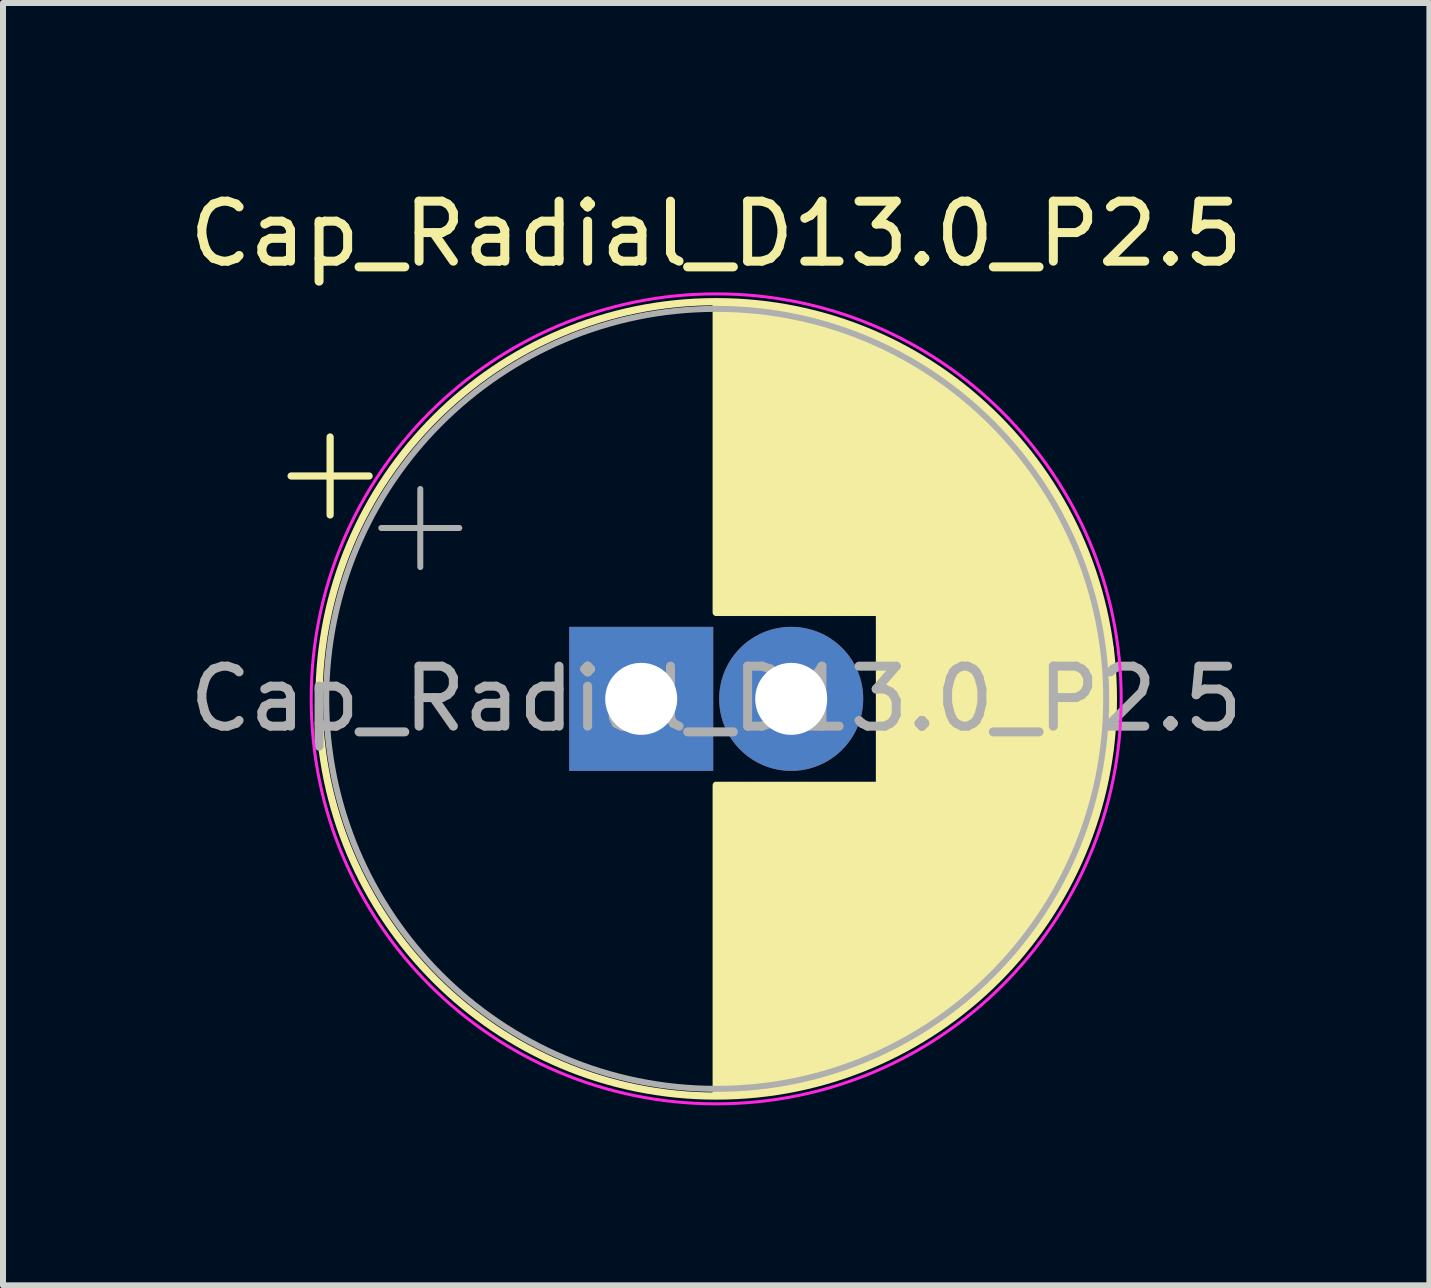
<source format=kicad_pcb>
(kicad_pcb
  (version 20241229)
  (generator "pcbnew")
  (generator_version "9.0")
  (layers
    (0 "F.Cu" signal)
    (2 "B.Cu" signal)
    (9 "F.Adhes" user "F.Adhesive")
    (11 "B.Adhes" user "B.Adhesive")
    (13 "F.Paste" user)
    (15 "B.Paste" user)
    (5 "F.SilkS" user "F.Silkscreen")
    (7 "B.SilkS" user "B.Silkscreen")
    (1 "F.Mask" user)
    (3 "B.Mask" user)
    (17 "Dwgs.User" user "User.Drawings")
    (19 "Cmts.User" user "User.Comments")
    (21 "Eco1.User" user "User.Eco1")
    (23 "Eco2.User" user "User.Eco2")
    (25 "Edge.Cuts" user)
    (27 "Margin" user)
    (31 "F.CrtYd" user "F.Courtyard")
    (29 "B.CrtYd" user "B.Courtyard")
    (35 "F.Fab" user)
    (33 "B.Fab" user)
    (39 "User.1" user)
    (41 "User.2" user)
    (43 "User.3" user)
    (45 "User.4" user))
  (footprint "Cap_Radial_D13.0_P2.5"
    (layer "F.Cu")
    (at 7.637 8.598)
    (property "Reference" "Cap_Radial_D13.0_P2.5" (at 1.25 -7.75 0) (layer "F.SilkS") (effects (font (size 1 1) (thickness 0.15))))
    (attr through_hole)
    (fp_line (start -5.835 -3.715) (end -4.535 -3.715) (stroke (width 0.12) (type solid)) (layer "F.SilkS"))
    (fp_line (start -5.185 -4.365) (end -5.185 -3.065) (stroke (width 0.12) (type solid)) (layer "F.SilkS"))
    (fp_line (start 1.25 -6.58) (end 1.25 -1.44) (stroke (width 0.12) (type solid)) (layer "F.SilkS"))
    (fp_line (start 1.25 1.44) (end 1.25 6.58) (stroke (width 0.12) (type solid)) (layer "F.SilkS"))
    (fp_line (start 1.29 -6.58) (end 1.29 -1.44) (stroke (width 0.12) (type solid)) (layer "F.SilkS"))
    (fp_line (start 1.29 1.44) (end 1.29 6.58) (stroke (width 0.12) (type solid)) (layer "F.SilkS"))
    (fp_line (start 1.33 -6.58) (end 1.33 -1.44) (stroke (width 0.12) (type solid)) (layer "F.SilkS"))
    (fp_line (start 1.33 1.44) (end 1.33 6.58) (stroke (width 0.12) (type solid)) (layer "F.SilkS"))
    (fp_line (start 1.37 -6.579) (end 1.37 -1.44) (stroke (width 0.12) (type solid)) (layer "F.SilkS"))
    (fp_line (start 1.37 1.44) (end 1.37 6.579) (stroke (width 0.12) (type solid)) (layer "F.SilkS"))
    (fp_line (start 1.41 -6.579) (end 1.41 -1.44) (stroke (width 0.12) (type solid)) (layer "F.SilkS"))
    (fp_line (start 1.41 1.44) (end 1.41 6.579) (stroke (width 0.12) (type solid)) (layer "F.SilkS"))
    (fp_line (start 1.45 -6.577) (end 1.45 -1.44) (stroke (width 0.12) (type solid)) (layer "F.SilkS"))
    (fp_line (start 1.45 1.44) (end 1.45 6.577) (stroke (width 0.12) (type solid)) (layer "F.SilkS"))
    (fp_line (start 1.49 -6.576) (end 1.49 -1.44) (stroke (width 0.12) (type solid)) (layer "F.SilkS"))
    (fp_line (start 1.49 1.44) (end 1.49 6.576) (stroke (width 0.12) (type solid)) (layer "F.SilkS"))
    (fp_line (start 1.53 -6.575) (end 1.53 -1.44) (stroke (width 0.12) (type solid)) (layer "F.SilkS"))
    (fp_line (start 1.53 1.44) (end 1.53 6.575) (stroke (width 0.12) (type solid)) (layer "F.SilkS"))
    (fp_line (start 1.57 -6.573) (end 1.57 -1.44) (stroke (width 0.12) (type solid)) (layer "F.SilkS"))
    (fp_line (start 1.57 1.44) (end 1.57 6.573) (stroke (width 0.12) (type solid)) (layer "F.SilkS"))
    (fp_line (start 1.61 -6.571) (end 1.61 -1.44) (stroke (width 0.12) (type solid)) (layer "F.SilkS"))
    (fp_line (start 1.61 1.44) (end 1.61 6.571) (stroke (width 0.12) (type solid)) (layer "F.SilkS"))
    (fp_line (start 1.65 -6.568) (end 1.65 -1.44) (stroke (width 0.12) (type solid)) (layer "F.SilkS"))
    (fp_line (start 1.65 1.44) (end 1.65 6.568) (stroke (width 0.12) (type solid)) (layer "F.SilkS"))
    (fp_line (start 1.69 -6.566) (end 1.69 -1.44) (stroke (width 0.12) (type solid)) (layer "F.SilkS"))
    (fp_line (start 1.69 1.44) (end 1.69 6.566) (stroke (width 0.12) (type solid)) (layer "F.SilkS"))
    (fp_line (start 1.73 -6.563) (end 1.73 -1.44) (stroke (width 0.12) (type solid)) (layer "F.SilkS"))
    (fp_line (start 1.73 1.44) (end 1.73 6.563) (stroke (width 0.12) (type solid)) (layer "F.SilkS"))
    (fp_line (start 1.77 -6.56) (end 1.77 -1.44) (stroke (width 0.12) (type solid)) (layer "F.SilkS"))
    (fp_line (start 1.77 1.44) (end 1.77 6.56) (stroke (width 0.12) (type solid)) (layer "F.SilkS"))
    (fp_line (start 1.81 -6.557) (end 1.81 -1.44) (stroke (width 0.12) (type solid)) (layer "F.SilkS"))
    (fp_line (start 1.81 1.44) (end 1.81 6.557) (stroke (width 0.12) (type solid)) (layer "F.SilkS"))
    (fp_line (start 1.85 -6.553) (end 1.85 -1.44) (stroke (width 0.12) (type solid)) (layer "F.SilkS"))
    (fp_line (start 1.85 1.44) (end 1.85 6.553) (stroke (width 0.12) (type solid)) (layer "F.SilkS"))
    (fp_line (start 1.89 -6.549) (end 1.89 -1.44) (stroke (width 0.12) (type solid)) (layer "F.SilkS"))
    (fp_line (start 1.89 1.44) (end 1.89 6.549) (stroke (width 0.12) (type solid)) (layer "F.SilkS"))
    (fp_line (start 1.93 -6.545) (end 1.93 -1.44) (stroke (width 0.12) (type solid)) (layer "F.SilkS"))
    (fp_line (start 1.93 1.44) (end 1.93 6.545) (stroke (width 0.12) (type solid)) (layer "F.SilkS"))
    (fp_line (start 1.971 -6.541) (end 1.971 -1.44) (stroke (width 0.12) (type solid)) (layer "F.SilkS"))
    (fp_line (start 1.971 1.44) (end 1.971 6.541) (stroke (width 0.12) (type solid)) (layer "F.SilkS"))
    (fp_line (start 2.011 -6.537) (end 2.011 -1.44) (stroke (width 0.12) (type solid)) (layer "F.SilkS"))
    (fp_line (start 2.011 1.44) (end 2.011 6.537) (stroke (width 0.12) (type solid)) (layer "F.SilkS"))
    (fp_line (start 2.051 -6.532) (end 2.051 -1.44) (stroke (width 0.12) (type solid)) (layer "F.SilkS"))
    (fp_line (start 2.051 1.44) (end 2.051 6.532) (stroke (width 0.12) (type solid)) (layer "F.SilkS"))
    (fp_line (start 2.091 -6.527) (end 2.091 -1.44) (stroke (width 0.12) (type solid)) (layer "F.SilkS"))
    (fp_line (start 2.091 1.44) (end 2.091 6.527) (stroke (width 0.12) (type solid)) (layer "F.SilkS"))
    (fp_line (start 2.131 -6.522) (end 2.131 -1.44) (stroke (width 0.12) (type solid)) (layer "F.SilkS"))
    (fp_line (start 2.131 1.44) (end 2.131 6.522) (stroke (width 0.12) (type solid)) (layer "F.SilkS"))
    (fp_line (start 2.171 -6.516) (end 2.171 -1.44) (stroke (width 0.12) (type solid)) (layer "F.SilkS"))
    (fp_line (start 2.171 1.44) (end 2.171 6.516) (stroke (width 0.12) (type solid)) (layer "F.SilkS"))
    (fp_line (start 2.211 -6.511) (end 2.211 -1.44) (stroke (width 0.12) (type solid)) (layer "F.SilkS"))
    (fp_line (start 2.211 1.44) (end 2.211 6.511) (stroke (width 0.12) (type solid)) (layer "F.SilkS"))
    (fp_line (start 2.251 -6.505) (end 2.251 -1.44) (stroke (width 0.12) (type solid)) (layer "F.SilkS"))
    (fp_line (start 2.251 1.44) (end 2.251 6.505) (stroke (width 0.12) (type solid)) (layer "F.SilkS"))
    (fp_line (start 2.291 -6.498) (end 2.291 -1.44) (stroke (width 0.12) (type solid)) (layer "F.SilkS"))
    (fp_line (start 2.291 1.44) (end 2.291 6.498) (stroke (width 0.12) (type solid)) (layer "F.SilkS"))
    (fp_line (start 2.331 -6.492) (end 2.331 -1.44) (stroke (width 0.12) (type solid)) (layer "F.SilkS"))
    (fp_line (start 2.331 1.44) (end 2.331 6.492) (stroke (width 0.12) (type solid)) (layer "F.SilkS"))
    (fp_line (start 2.371 -6.485) (end 2.371 -1.44) (stroke (width 0.12) (type solid)) (layer "F.SilkS"))
    (fp_line (start 2.371 1.44) (end 2.371 6.485) (stroke (width 0.12) (type solid)) (layer "F.SilkS"))
    (fp_line (start 2.411 -6.478) (end 2.411 -1.44) (stroke (width 0.12) (type solid)) (layer "F.SilkS"))
    (fp_line (start 2.411 1.44) (end 2.411 6.478) (stroke (width 0.12) (type solid)) (layer "F.SilkS"))
    (fp_line (start 2.451 -6.471) (end 2.451 -1.44) (stroke (width 0.12) (type solid)) (layer "F.SilkS"))
    (fp_line (start 2.451 1.44) (end 2.451 6.471) (stroke (width 0.12) (type solid)) (layer "F.SilkS"))
    (fp_line (start 2.491 -6.463) (end 2.491 -1.44) (stroke (width 0.12) (type solid)) (layer "F.SilkS"))
    (fp_line (start 2.491 1.44) (end 2.491 6.463) (stroke (width 0.12) (type solid)) (layer "F.SilkS"))
    (fp_line (start 2.531 -6.456) (end 2.531 -1.44) (stroke (width 0.12) (type solid)) (layer "F.SilkS"))
    (fp_line (start 2.531 1.44) (end 2.531 6.456) (stroke (width 0.12) (type solid)) (layer "F.SilkS"))
    (fp_line (start 2.571 -6.448) (end 2.571 -1.44) (stroke (width 0.12) (type solid)) (layer "F.SilkS"))
    (fp_line (start 2.571 1.44) (end 2.571 6.448) (stroke (width 0.12) (type solid)) (layer "F.SilkS"))
    (fp_line (start 2.611 -6.439) (end 2.611 -1.44) (stroke (width 0.12) (type solid)) (layer "F.SilkS"))
    (fp_line (start 2.611 1.44) (end 2.611 6.439) (stroke (width 0.12) (type solid)) (layer "F.SilkS"))
    (fp_line (start 2.651 -6.431) (end 2.651 -1.44) (stroke (width 0.12) (type solid)) (layer "F.SilkS"))
    (fp_line (start 2.651 1.44) (end 2.651 6.431) (stroke (width 0.12) (type solid)) (layer "F.SilkS"))
    (fp_line (start 2.691 -6.422) (end 2.691 -1.44) (stroke (width 0.12) (type solid)) (layer "F.SilkS"))
    (fp_line (start 2.691 1.44) (end 2.691 6.422) (stroke (width 0.12) (type solid)) (layer "F.SilkS"))
    (fp_line (start 2.731 -6.413) (end 2.731 -1.44) (stroke (width 0.12) (type solid)) (layer "F.SilkS"))
    (fp_line (start 2.731 1.44) (end 2.731 6.413) (stroke (width 0.12) (type solid)) (layer "F.SilkS"))
    (fp_line (start 2.771 -6.404) (end 2.771 -1.44) (stroke (width 0.12) (type solid)) (layer "F.SilkS"))
    (fp_line (start 2.771 1.44) (end 2.771 6.404) (stroke (width 0.12) (type solid)) (layer "F.SilkS"))
    (fp_line (start 2.811 -6.394) (end 2.811 -1.44) (stroke (width 0.12) (type solid)) (layer "F.SilkS"))
    (fp_line (start 2.811 1.44) (end 2.811 6.394) (stroke (width 0.12) (type solid)) (layer "F.SilkS"))
    (fp_line (start 2.851 -6.384) (end 2.851 -1.44) (stroke (width 0.12) (type solid)) (layer "F.SilkS"))
    (fp_line (start 2.851 1.44) (end 2.851 6.384) (stroke (width 0.12) (type solid)) (layer "F.SilkS"))
    (fp_line (start 2.891 -6.374) (end 2.891 -1.44) (stroke (width 0.12) (type solid)) (layer "F.SilkS"))
    (fp_line (start 2.891 1.44) (end 2.891 6.374) (stroke (width 0.12) (type solid)) (layer "F.SilkS"))
    (fp_line (start 2.931 -6.364) (end 2.931 -1.44) (stroke (width 0.12) (type solid)) (layer "F.SilkS"))
    (fp_line (start 2.931 1.44) (end 2.931 6.364) (stroke (width 0.12) (type solid)) (layer "F.SilkS"))
    (fp_line (start 2.971 -6.353) (end 2.971 -1.44) (stroke (width 0.12) (type solid)) (layer "F.SilkS"))
    (fp_line (start 2.971 1.44) (end 2.971 6.353) (stroke (width 0.12) (type solid)) (layer "F.SilkS"))
    (fp_line (start 3.011 -6.342) (end 3.011 -1.44) (stroke (width 0.12) (type solid)) (layer "F.SilkS"))
    (fp_line (start 3.011 1.44) (end 3.011 6.342) (stroke (width 0.12) (type solid)) (layer "F.SilkS"))
    (fp_line (start 3.051 -6.331) (end 3.051 -1.44) (stroke (width 0.12) (type solid)) (layer "F.SilkS"))
    (fp_line (start 3.051 1.44) (end 3.051 6.331) (stroke (width 0.12) (type solid)) (layer "F.SilkS"))
    (fp_line (start 3.091 -6.32) (end 3.091 -1.44) (stroke (width 0.12) (type solid)) (layer "F.SilkS"))
    (fp_line (start 3.091 1.44) (end 3.091 6.32) (stroke (width 0.12) (type solid)) (layer "F.SilkS"))
    (fp_line (start 3.131 -6.308) (end 3.131 -1.44) (stroke (width 0.12) (type solid)) (layer "F.SilkS"))
    (fp_line (start 3.131 1.44) (end 3.131 6.308) (stroke (width 0.12) (type solid)) (layer "F.SilkS"))
    (fp_line (start 3.171 -6.296) (end 3.171 -1.44) (stroke (width 0.12) (type solid)) (layer "F.SilkS"))
    (fp_line (start 3.171 1.44) (end 3.171 6.296) (stroke (width 0.12) (type solid)) (layer "F.SilkS"))
    (fp_line (start 3.211 -6.284) (end 3.211 -1.44) (stroke (width 0.12) (type solid)) (layer "F.SilkS"))
    (fp_line (start 3.211 1.44) (end 3.211 6.284) (stroke (width 0.12) (type solid)) (layer "F.SilkS"))
    (fp_line (start 3.251 -6.271) (end 3.251 -1.44) (stroke (width 0.12) (type solid)) (layer "F.SilkS"))
    (fp_line (start 3.251 1.44) (end 3.251 6.271) (stroke (width 0.12) (type solid)) (layer "F.SilkS"))
    (fp_line (start 3.291 -6.258) (end 3.291 -1.44) (stroke (width 0.12) (type solid)) (layer "F.SilkS"))
    (fp_line (start 3.291 1.44) (end 3.291 6.258) (stroke (width 0.12) (type solid)) (layer "F.SilkS"))
    (fp_line (start 3.331 -6.245) (end 3.331 -1.44) (stroke (width 0.12) (type solid)) (layer "F.SilkS"))
    (fp_line (start 3.331 1.44) (end 3.331 6.245) (stroke (width 0.12) (type solid)) (layer "F.SilkS"))
    (fp_line (start 3.371 -6.232) (end 3.371 -1.44) (stroke (width 0.12) (type solid)) (layer "F.SilkS"))
    (fp_line (start 3.371 1.44) (end 3.371 6.232) (stroke (width 0.12) (type solid)) (layer "F.SilkS"))
    (fp_line (start 3.411 -6.218) (end 3.411 -1.44) (stroke (width 0.12) (type solid)) (layer "F.SilkS"))
    (fp_line (start 3.411 1.44) (end 3.411 6.218) (stroke (width 0.12) (type solid)) (layer "F.SilkS"))
    (fp_line (start 3.451 -6.204) (end 3.451 -1.44) (stroke (width 0.12) (type solid)) (layer "F.SilkS"))
    (fp_line (start 3.451 1.44) (end 3.451 6.204) (stroke (width 0.12) (type solid)) (layer "F.SilkS"))
    (fp_line (start 3.491 -6.19) (end 3.491 -1.44) (stroke (width 0.12) (type solid)) (layer "F.SilkS"))
    (fp_line (start 3.491 1.44) (end 3.491 6.19) (stroke (width 0.12) (type solid)) (layer "F.SilkS"))
    (fp_line (start 3.531 -6.175) (end 3.531 -1.44) (stroke (width 0.12) (type solid)) (layer "F.SilkS"))
    (fp_line (start 3.531 1.44) (end 3.531 6.175) (stroke (width 0.12) (type solid)) (layer "F.SilkS"))
    (fp_line (start 3.571 -6.161) (end 3.571 -1.44) (stroke (width 0.12) (type solid)) (layer "F.SilkS"))
    (fp_line (start 3.571 1.44) (end 3.571 6.161) (stroke (width 0.12) (type solid)) (layer "F.SilkS"))
    (fp_line (start 3.611 -6.146) (end 3.611 -1.44) (stroke (width 0.12) (type solid)) (layer "F.SilkS"))
    (fp_line (start 3.611 1.44) (end 3.611 6.146) (stroke (width 0.12) (type solid)) (layer "F.SilkS"))
    (fp_line (start 3.651 -6.13) (end 3.651 -1.44) (stroke (width 0.12) (type solid)) (layer "F.SilkS"))
    (fp_line (start 3.651 1.44) (end 3.651 6.13) (stroke (width 0.12) (type solid)) (layer "F.SilkS"))
    (fp_line (start 3.691 -6.114) (end 3.691 -1.44) (stroke (width 0.12) (type solid)) (layer "F.SilkS"))
    (fp_line (start 3.691 1.44) (end 3.691 6.114) (stroke (width 0.12) (type solid)) (layer "F.SilkS"))
    (fp_line (start 3.731 -6.098) (end 3.731 -1.44) (stroke (width 0.12) (type solid)) (layer "F.SilkS"))
    (fp_line (start 3.731 1.44) (end 3.731 6.098) (stroke (width 0.12) (type solid)) (layer "F.SilkS"))
    (fp_line (start 3.771 -6.082) (end 3.771 -1.44) (stroke (width 0.12) (type solid)) (layer "F.SilkS"))
    (fp_line (start 3.771 1.44) (end 3.771 6.082) (stroke (width 0.12) (type solid)) (layer "F.SilkS"))
    (fp_line (start 3.811 -6.065) (end 3.811 -1.44) (stroke (width 0.12) (type solid)) (layer "F.SilkS"))
    (fp_line (start 3.811 1.44) (end 3.811 6.065) (stroke (width 0.12) (type solid)) (layer "F.SilkS"))
    (fp_line (start 3.851 -6.049) (end 3.851 -1.44) (stroke (width 0.12) (type solid)) (layer "F.SilkS"))
    (fp_line (start 3.851 1.44) (end 3.851 6.049) (stroke (width 0.12) (type solid)) (layer "F.SilkS"))
    (fp_line (start 3.891 -6.031) (end 3.891 -1.44) (stroke (width 0.12) (type solid)) (layer "F.SilkS"))
    (fp_line (start 3.891 1.44) (end 3.891 6.031) (stroke (width 0.12) (type solid)) (layer "F.SilkS"))
    (fp_line (start 3.931 -6.014) (end 3.931 -1.44) (stroke (width 0.12) (type solid)) (layer "F.SilkS"))
    (fp_line (start 3.931 1.44) (end 3.931 6.014) (stroke (width 0.12) (type solid)) (layer "F.SilkS"))
    (fp_line (start 3.971 -5.996) (end 3.971 5.996) (stroke (width 0.12) (type solid)) (layer "F.SilkS"))
    (fp_line (start 4.011 -5.978) (end 4.011 5.978) (stroke (width 0.12) (type solid)) (layer "F.SilkS"))
    (fp_line (start 4.051 -5.959) (end 4.051 5.959) (stroke (width 0.12) (type solid)) (layer "F.SilkS"))
    (fp_line (start 4.091 -5.94) (end 4.091 5.94) (stroke (width 0.12) (type solid)) (layer "F.SilkS"))
    (fp_line (start 4.131 -5.921) (end 4.131 5.921) (stroke (width 0.12) (type solid)) (layer "F.SilkS"))
    (fp_line (start 4.171 -5.902) (end 4.171 5.902) (stroke (width 0.12) (type solid)) (layer "F.SilkS"))
    (fp_line (start 4.211 -5.882) (end 4.211 5.882) (stroke (width 0.12) (type solid)) (layer "F.SilkS"))
    (fp_line (start 4.251 -5.862) (end 4.251 5.862) (stroke (width 0.12) (type solid)) (layer "F.SilkS"))
    (fp_line (start 4.291 -5.841) (end 4.291 5.841) (stroke (width 0.12) (type solid)) (layer "F.SilkS"))
    (fp_line (start 4.331 -5.82) (end 4.331 5.82) (stroke (width 0.12) (type solid)) (layer "F.SilkS"))
    (fp_line (start 4.371 -5.799) (end 4.371 5.799) (stroke (width 0.12) (type solid)) (layer "F.SilkS"))
    (fp_line (start 4.411 -5.778) (end 4.411 5.778) (stroke (width 0.12) (type solid)) (layer "F.SilkS"))
    (fp_line (start 4.451 -5.756) (end 4.451 5.756) (stroke (width 0.12) (type solid)) (layer "F.SilkS"))
    (fp_line (start 4.491 -5.733) (end 4.491 5.733) (stroke (width 0.12) (type solid)) (layer "F.SilkS"))
    (fp_line (start 4.531 -5.711) (end 4.531 5.711) (stroke (width 0.12) (type solid)) (layer "F.SilkS"))
    (fp_line (start 4.571 -5.688) (end 4.571 5.688) (stroke (width 0.12) (type solid)) (layer "F.SilkS"))
    (fp_line (start 4.611 -5.664) (end 4.611 5.664) (stroke (width 0.12) (type solid)) (layer "F.SilkS"))
    (fp_line (start 4.651 -5.641) (end 4.651 5.641) (stroke (width 0.12) (type solid)) (layer "F.SilkS"))
    (fp_line (start 4.691 -5.617) (end 4.691 5.617) (stroke (width 0.12) (type solid)) (layer "F.SilkS"))
    (fp_line (start 4.731 -5.592) (end 4.731 5.592) (stroke (width 0.12) (type solid)) (layer "F.SilkS"))
    (fp_line (start 4.771 -5.567) (end 4.771 5.567) (stroke (width 0.12) (type solid)) (layer "F.SilkS"))
    (fp_line (start 4.811 -5.542) (end 4.811 5.542) (stroke (width 0.12) (type solid)) (layer "F.SilkS"))
    (fp_line (start 4.851 -5.516) (end 4.851 5.516) (stroke (width 0.12) (type solid)) (layer "F.SilkS"))
    (fp_line (start 4.891 -5.49) (end 4.891 5.49) (stroke (width 0.12) (type solid)) (layer "F.SilkS"))
    (fp_line (start 4.931 -5.463) (end 4.931 5.463) (stroke (width 0.12) (type solid)) (layer "F.SilkS"))
    (fp_line (start 4.971 -5.436) (end 4.971 5.436) (stroke (width 0.12) (type solid)) (layer "F.SilkS"))
    (fp_line (start 5.011 -5.409) (end 5.011 5.409) (stroke (width 0.12) (type solid)) (layer "F.SilkS"))
    (fp_line (start 5.051 -5.381) (end 5.051 5.381) (stroke (width 0.12) (type solid)) (layer "F.SilkS"))
    (fp_line (start 5.091 -5.353) (end 5.091 5.353) (stroke (width 0.12) (type solid)) (layer "F.SilkS"))
    (fp_line (start 5.131 -5.324) (end 5.131 5.324) (stroke (width 0.12) (type solid)) (layer "F.SilkS"))
    (fp_line (start 5.171 -5.295) (end 5.171 5.295) (stroke (width 0.12) (type solid)) (layer "F.SilkS"))
    (fp_line (start 5.211 -5.265) (end 5.211 5.265) (stroke (width 0.12) (type solid)) (layer "F.SilkS"))
    (fp_line (start 5.251 -5.235) (end 5.251 5.235) (stroke (width 0.12) (type solid)) (layer "F.SilkS"))
    (fp_line (start 5.291 -5.205) (end 5.291 5.205) (stroke (width 0.12) (type solid)) (layer "F.SilkS"))
    (fp_line (start 5.331 -5.174) (end 5.331 5.174) (stroke (width 0.12) (type solid)) (layer "F.SilkS"))
    (fp_line (start 5.371 -5.142) (end 5.371 5.142) (stroke (width 0.12) (type solid)) (layer "F.SilkS"))
    (fp_line (start 5.411 -5.11) (end 5.411 5.11) (stroke (width 0.12) (type solid)) (layer "F.SilkS"))
    (fp_line (start 5.451 -5.078) (end 5.451 5.078) (stroke (width 0.12) (type solid)) (layer "F.SilkS"))
    (fp_line (start 5.491 -5.044) (end 5.491 5.044) (stroke (width 0.12) (type solid)) (layer "F.SilkS"))
    (fp_line (start 5.531 -5.011) (end 5.531 5.011) (stroke (width 0.12) (type solid)) (layer "F.SilkS"))
    (fp_line (start 5.571 -4.977) (end 5.571 4.977) (stroke (width 0.12) (type solid)) (layer "F.SilkS"))
    (fp_line (start 5.611 -4.942) (end 5.611 4.942) (stroke (width 0.12) (type solid)) (layer "F.SilkS"))
    (fp_line (start 5.651 -4.907) (end 5.651 4.907) (stroke (width 0.12) (type solid)) (layer "F.SilkS"))
    (fp_line (start 5.691 -4.871) (end 5.691 4.871) (stroke (width 0.12) (type solid)) (layer "F.SilkS"))
    (fp_line (start 5.731 -4.834) (end 5.731 4.834) (stroke (width 0.12) (type solid)) (layer "F.SilkS"))
    (fp_line (start 5.771 -4.797) (end 5.771 4.797) (stroke (width 0.12) (type solid)) (layer "F.SilkS"))
    (fp_line (start 5.811 -4.76) (end 5.811 4.76) (stroke (width 0.12) (type solid)) (layer "F.SilkS"))
    (fp_line (start 5.851 -4.721) (end 5.851 4.721) (stroke (width 0.12) (type solid)) (layer "F.SilkS"))
    (fp_line (start 5.891 -4.682) (end 5.891 4.682) (stroke (width 0.12) (type solid)) (layer "F.SilkS"))
    (fp_line (start 5.931 -4.643) (end 5.931 4.643) (stroke (width 0.12) (type solid)) (layer "F.SilkS"))
    (fp_line (start 5.971 -4.602) (end 5.971 4.602) (stroke (width 0.12) (type solid)) (layer "F.SilkS"))
    (fp_line (start 6.011 -4.561) (end 6.011 4.561) (stroke (width 0.12) (type solid)) (layer "F.SilkS"))
    (fp_line (start 6.051 -4.519) (end 6.051 4.519) (stroke (width 0.12) (type solid)) (layer "F.SilkS"))
    (fp_line (start 6.091 -4.477) (end 6.091 4.477) (stroke (width 0.12) (type solid)) (layer "F.SilkS"))
    (fp_line (start 6.131 -4.434) (end 6.131 4.434) (stroke (width 0.12) (type solid)) (layer "F.SilkS"))
    (fp_line (start 6.171 -4.39) (end 6.171 4.39) (stroke (width 0.12) (type solid)) (layer "F.SilkS"))
    (fp_line (start 6.211 -4.345) (end 6.211 4.345) (stroke (width 0.12) (type solid)) (layer "F.SilkS"))
    (fp_line (start 6.251 -4.299) (end 6.251 4.299) (stroke (width 0.12) (type solid)) (layer "F.SilkS"))
    (fp_line (start 6.291 -4.253) (end 6.291 4.253) (stroke (width 0.12) (type solid)) (layer "F.SilkS"))
    (fp_line (start 6.331 -4.205) (end 6.331 4.205) (stroke (width 0.12) (type solid)) (layer "F.SilkS"))
    (fp_line (start 6.371 -4.157) (end 6.371 4.157) (stroke (width 0.12) (type solid)) (layer "F.SilkS"))
    (fp_line (start 6.411 -4.108) (end 6.411 4.108) (stroke (width 0.12) (type solid)) (layer "F.SilkS"))
    (fp_line (start 6.451 -4.057) (end 6.451 4.057) (stroke (width 0.12) (type solid)) (layer "F.SilkS"))
    (fp_line (start 6.491 -4.006) (end 6.491 4.006) (stroke (width 0.12) (type solid)) (layer "F.SilkS"))
    (fp_line (start 6.531 -3.954) (end 6.531 3.954) (stroke (width 0.12) (type solid)) (layer "F.SilkS"))
    (fp_line (start 6.571 -3.9) (end 6.571 3.9) (stroke (width 0.12) (type solid)) (layer "F.SilkS"))
    (fp_line (start 6.611 -3.846) (end 6.611 3.846) (stroke (width 0.12) (type solid)) (layer "F.SilkS"))
    (fp_line (start 6.651 -3.79) (end 6.651 3.79) (stroke (width 0.12) (type solid)) (layer "F.SilkS"))
    (fp_line (start 6.691 -3.733) (end 6.691 3.733) (stroke (width 0.12) (type solid)) (layer "F.SilkS"))
    (fp_line (start 6.731 -3.675) (end 6.731 3.675) (stroke (width 0.12) (type solid)) (layer "F.SilkS"))
    (fp_line (start 6.771 -3.615) (end 6.771 3.615) (stroke (width 0.12) (type solid)) (layer "F.SilkS"))
    (fp_line (start 6.811 -3.554) (end 6.811 3.554) (stroke (width 0.12) (type solid)) (layer "F.SilkS"))
    (fp_line (start 6.851 -3.491) (end 6.851 3.491) (stroke (width 0.12) (type solid)) (layer "F.SilkS"))
    (fp_line (start 6.891 -3.427) (end 6.891 3.427) (stroke (width 0.12) (type solid)) (layer "F.SilkS"))
    (fp_line (start 6.931 -3.361) (end 6.931 3.361) (stroke (width 0.12) (type solid)) (layer "F.SilkS"))
    (fp_line (start 6.971 -3.293) (end 6.971 3.293) (stroke (width 0.12) (type solid)) (layer "F.SilkS"))
    (fp_line (start 7.011 -3.223) (end 7.011 3.223) (stroke (width 0.12) (type solid)) (layer "F.SilkS"))
    (fp_line (start 7.051 -3.152) (end 7.051 3.152) (stroke (width 0.12) (type solid)) (layer "F.SilkS"))
    (fp_line (start 7.091 -3.078) (end 7.091 3.078) (stroke (width 0.12) (type solid)) (layer "F.SilkS"))
    (fp_line (start 7.131 -3.002) (end 7.131 3.002) (stroke (width 0.12) (type solid)) (layer "F.SilkS"))
    (fp_line (start 7.171 -2.923) (end 7.171 2.923) (stroke (width 0.12) (type solid)) (layer "F.SilkS"))
    (fp_line (start 7.211 -2.842) (end 7.211 2.842) (stroke (width 0.12) (type solid)) (layer "F.SilkS"))
    (fp_line (start 7.251 -2.758) (end 7.251 2.758) (stroke (width 0.12) (type solid)) (layer "F.SilkS"))
    (fp_line (start 7.291 -2.67) (end 7.291 2.67) (stroke (width 0.12) (type solid)) (layer "F.SilkS"))
    (fp_line (start 7.331 -2.579) (end 7.331 2.579) (stroke (width 0.12) (type solid)) (layer "F.SilkS"))
    (fp_line (start 7.371 -2.484) (end 7.371 2.484) (stroke (width 0.12) (type solid)) (layer "F.SilkS"))
    (fp_line (start 7.411 -2.385) (end 7.411 2.385) (stroke (width 0.12) (type solid)) (layer "F.SilkS"))
    (fp_line (start 7.451 -2.281) (end 7.451 2.281) (stroke (width 0.12) (type solid)) (layer "F.SilkS"))
    (fp_line (start 7.491 -2.171) (end 7.491 2.171) (stroke (width 0.12) (type solid)) (layer "F.SilkS"))
    (fp_line (start 7.531 -2.055) (end 7.531 2.055) (stroke (width 0.12) (type solid)) (layer "F.SilkS"))
    (fp_line (start 7.571 -1.931) (end 7.571 1.931) (stroke (width 0.12) (type solid)) (layer "F.SilkS"))
    (fp_line (start 7.611 -1.798) (end 7.611 1.798) (stroke (width 0.12) (type solid)) (layer "F.SilkS"))
    (fp_line (start 7.651 -1.653) (end 7.651 1.653) (stroke (width 0.12) (type solid)) (layer "F.SilkS"))
    (fp_line (start 7.691 -1.494) (end 7.691 1.494) (stroke (width 0.12) (type solid)) (layer "F.SilkS"))
    (fp_line (start 7.731 -1.315) (end 7.731 1.315) (stroke (width 0.12) (type solid)) (layer "F.SilkS"))
    (fp_line (start 7.771 -1.107) (end 7.771 1.107) (stroke (width 0.12) (type solid)) (layer "F.SilkS"))
    (fp_line (start 7.811 -0.85) (end 7.811 0.85) (stroke (width 0.12) (type solid)) (layer "F.SilkS"))
    (fp_line (start 7.851 -0.475) (end 7.851 0.475) (stroke (width 0.12) (type solid)) (layer "F.SilkS"))
    (fp_circle (center 1.25 0) (end 7.87 0) (stroke (width 0.12) (type solid)) (fill no) (layer "F.SilkS"))
    (fp_circle (center 1.25 0) (end 8 0) (stroke (width 0.05) (type solid)) (fill no) (layer "F.CrtYd"))
    (fp_line (start -4.332 -2.848) (end -3.032 -2.848) (stroke (width 0.1) (type solid)) (layer "F.Fab"))
    (fp_line (start -3.682 -3.498) (end -3.682 -2.197) (stroke (width 0.1) (type solid)) (layer "F.Fab"))
    (fp_circle (center 1.25 0) (end 7.75 0) (stroke (width 0.1) (type solid)) (fill no) (layer "F.Fab"))
    (fp_text user "${REFERENCE}" (at 1.25 0 0) (layer "F.Fab") (effects (font (size 1 1) (thickness 0.15))))
    (pad "1" thru_hole rect (at 0 0) (size 2.4 2.4) (drill 1.2) (layers "*.Cu" "*.Mask"))
    (pad "2" thru_hole circle (at 2.5 0) (size 2.4 2.4) (drill 1.2) (layers "*.Cu" "*.Mask")))
  (gr_rect
    (start -3 -3)
    (end 20.774 18.373)
    (stroke (width 0.1) (type default))
    (fill no)
    (layer "Edge.Cuts")))
</source>
